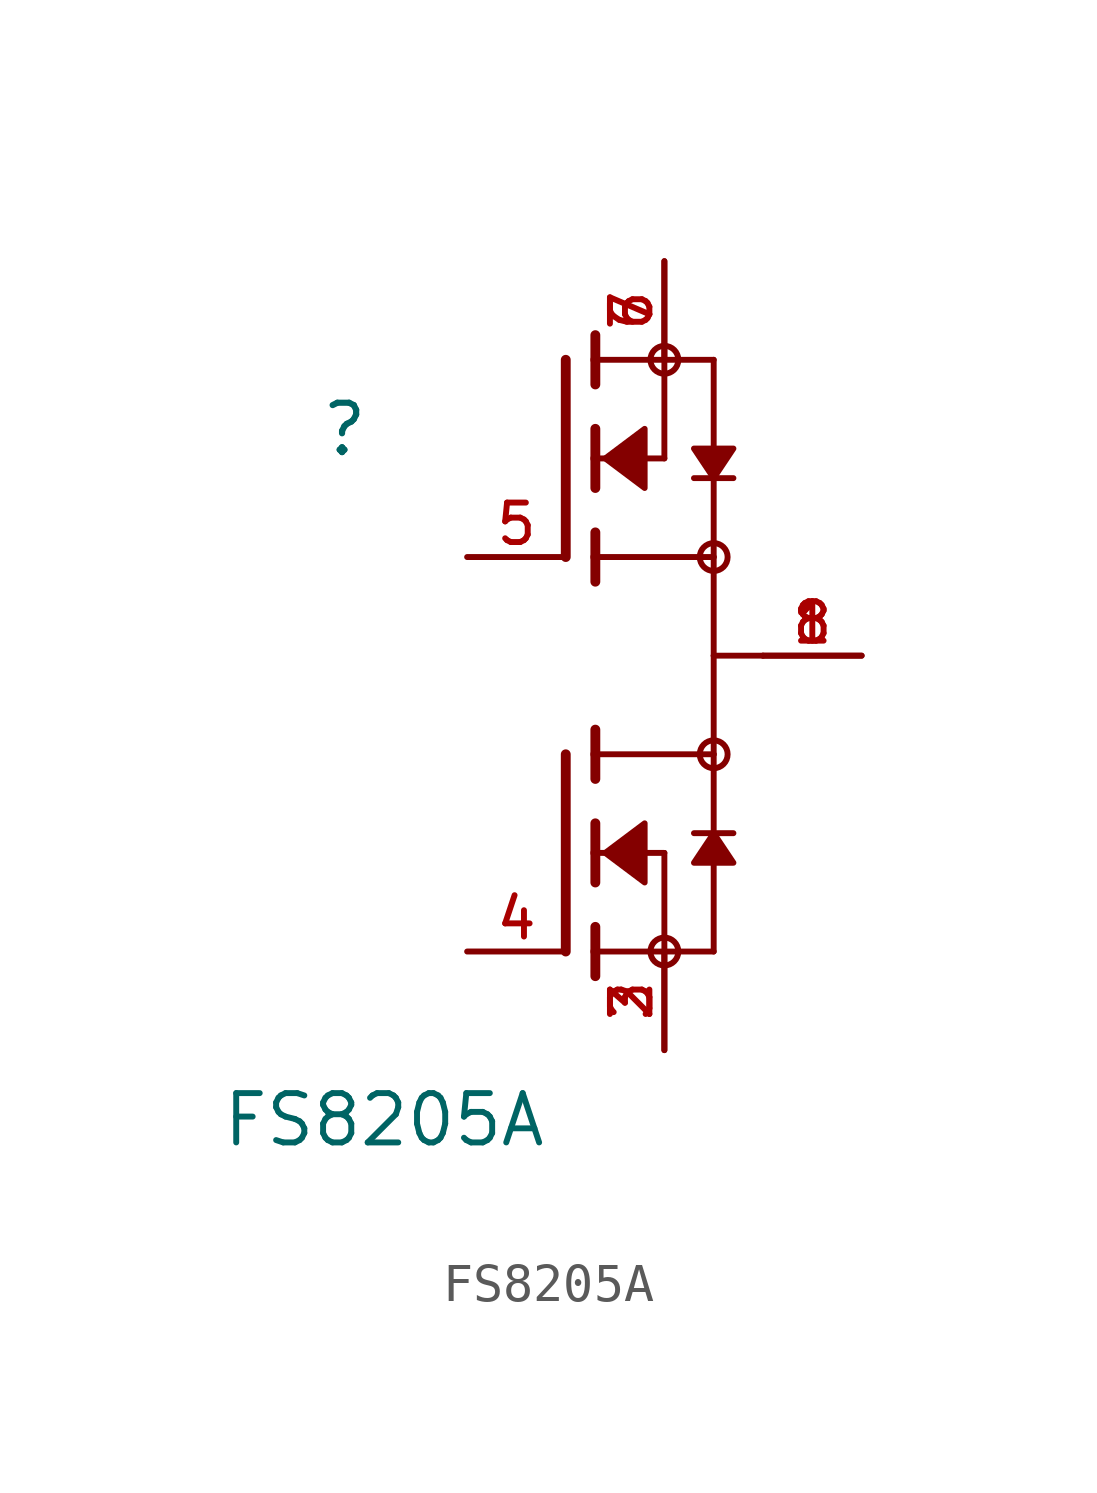
<source format=kicad_sym>
(kicad_symbol_lib
  (version 20231120)
  (generator "kicad_symbol_editor")
  (generator_version "8.0")
  (symbol "FS8205A"
    (pin_names
      (offset 1.016))
    (property "Reference" ""
      (at -8.89 5.08 0)
      (effects (font (size 1.27 1.27) (thickness 0.159)) (justify left bottom)))
    (property "Value" "FS8205A"
      (at -11.43 -12.7 0)
      (effects (font (size 1.27 1.27)) (justify left bottom)))
    (symbol "FS8205A_0_0"
      (circle (center 0 -7.62) (radius 0.359) (stroke (width 0) (type default)) (fill (type none)))
      (polyline (pts (xy -2.54 -2.54) (xy -2.54 -7.62)) (stroke (width 0.254) (type default)) (fill (type none)))
      (polyline (pts (xy -2.54 7.62) (xy -2.54 2.54)) (stroke (width 0.254) (type default)) (fill (type none)))
      (polyline (pts (xy -1.778 -7.62) (xy -1.778 -8.255)) (stroke (width 0.254) (type default)) (fill (type none)))
      (polyline (pts (xy -1.778 -6.985) (xy -1.778 -7.62)) (stroke (width 0.254) (type default)) (fill (type none)))
      (polyline (pts (xy -1.778 -5.08) (xy -1.778 -5.842)) (stroke (width 0.254) (type default)) (fill (type none)))
      (polyline (pts (xy -1.778 -5.08) (xy 0 -5.08)) (stroke (width 0.152) (type default)) (fill (type none)))
      (polyline (pts (xy -1.778 -4.318) (xy -1.778 -5.08)) (stroke (width 0.254) (type default)) (fill (type none)))
      (polyline (pts (xy -1.778 -2.54) (xy -1.778 -3.175)) (stroke (width 0.254) (type default)) (fill (type none)))
      (polyline (pts (xy -1.778 -2.54) (xy 1.27 -2.54)) (stroke (width 0.152) (type default)) (fill (type none)))
      (polyline (pts (xy -1.778 -1.905) (xy -1.778 -2.54)) (stroke (width 0.254) (type default)) (fill (type none)))
      (polyline (pts (xy -1.778 2.54) (xy -1.778 1.905)) (stroke (width 0.254) (type default)) (fill (type none)))
      (polyline (pts (xy -1.778 3.175) (xy -1.778 2.54)) (stroke (width 0.254) (type default)) (fill (type none)))
      (polyline (pts (xy -1.778 5.08) (xy -1.778 4.318)) (stroke (width 0.254) (type default)) (fill (type none)))
      (polyline (pts (xy -1.778 5.08) (xy 0 5.08)) (stroke (width 0.152) (type default)) (fill (type none)))
      (polyline (pts (xy -1.778 5.842) (xy -1.778 5.08)) (stroke (width 0.254) (type default)) (fill (type none)))
      (polyline (pts (xy -1.778 7.62) (xy -1.778 6.985)) (stroke (width 0.254) (type default)) (fill (type none)))
      (polyline (pts (xy -1.778 7.62) (xy 1.27 7.62)) (stroke (width 0.152) (type default)) (fill (type none)))
      (polyline (pts (xy -1.778 8.255) (xy -1.778 7.62)) (stroke (width 0.254) (type default)) (fill (type none)))
      (polyline (pts (xy 0 -7.62) (xy -1.778 -7.62)) (stroke (width 0.152) (type default)) (fill (type none)))
      (polyline (pts (xy 0 -7.62) (xy 1.27 -7.62)) (stroke (width 0.152) (type default)) (fill (type none)))
      (polyline (pts (xy 0 -5.08) (xy 0 -7.62)) (stroke (width 0.152) (type default)) (fill (type none)))
      (polyline (pts (xy 0 7.62) (xy 0 5.08)) (stroke (width 0.152) (type default)) (fill (type none)))
      (polyline (pts (xy 0.762 4.572) (xy 1.27 4.572)) (stroke (width 0.152) (type default)) (fill (type none)))
      (polyline (pts (xy 1.27 -4.572) (xy 0.762 -4.572)) (stroke (width 0.152) (type default)) (fill (type none)))
      (polyline (pts (xy 1.27 -4.572) (xy 1.27 -7.62)) (stroke (width 0.152) (type default)) (fill (type none)))
      (polyline (pts (xy 1.27 -2.54) (xy 1.27 -4.572)) (stroke (width 0.152) (type default)) (fill (type none)))
      (polyline (pts (xy 1.27 -2.54) (xy 1.27 0)) (stroke (width 0.152) (type default)) (fill (type none)))
      (polyline (pts (xy 1.27 0) (xy 1.27 2.54)) (stroke (width 0.152) (type default)) (fill (type none)))
      (polyline (pts (xy 1.27 0) (xy 2.54 0)) (stroke (width 0.152) (type default)) (fill (type none)))
      (polyline (pts (xy 1.27 2.54) (xy -1.778 2.54)) (stroke (width 0.152) (type default)) (fill (type none)))
      (polyline (pts (xy 1.27 2.54) (xy 1.27 4.572)) (stroke (width 0.152) (type default)) (fill (type none)))
      (polyline (pts (xy 1.27 4.572) (xy 1.27 7.62)) (stroke (width 0.152) (type default)) (fill (type none)))
      (polyline (pts (xy 1.27 4.572) (xy 1.778 4.572)) (stroke (width 0.152) (type default)) (fill (type none)))
      (polyline (pts (xy 1.778 -4.572) (xy 1.27 -4.572)) (stroke (width 0.152) (type default)) (fill (type none)))
      (polyline (pts (xy -1.524 -5.08) (xy -0.508 -4.318) (xy -0.508 -5.842) (xy -1.524 -5.08)) (stroke (width 0.152) (type default)) (fill (type outline)))
      (polyline (pts (xy -1.524 5.08) (xy -0.508 5.842) (xy -0.508 4.318) (xy -1.524 5.08)) (stroke (width 0.152) (type default)) (fill (type outline)))
      (polyline (pts (xy 1.27 -4.572) (xy 0.762 -5.334) (xy 1.778 -5.334) (xy 1.27 -4.572)) (stroke (width 0.152) (type default)) (fill (type outline)))
      (polyline (pts (xy 1.27 4.572) (xy 1.778 5.334) (xy 0.762 5.334) (xy 1.27 4.572)) (stroke (width 0.152) (type default)) (fill (type outline)))
      (circle (center 0 7.62) (radius 0.359) (stroke (width 0) (type default)) (fill (type none)))
      (circle (center 1.27 -2.54) (radius 0.359) (stroke (width 0) (type default)) (fill (type none)))
      (circle (center 1.27 2.54) (radius 0.359) (stroke (width 0) (type default)) (fill (type none)))
      (pin passive line (at 5.08 0 180) (length 2.54) (name "~" (effects (font (size 1.016 1.016)))) (number "1" (effects (font (size 1.016 1.016)))))
      (pin passive line (at 0 -10.16 90) (length 2.54) (name "~" (effects (font (size 1.016 1.016)))) (number "2" (effects (font (size 1.016 1.016)))))
      (pin passive line (at 0 -10.16 90) (length 2.54) (name "~" (effects (font (size 1.016 1.016)))) (number "3" (effects (font (size 1.016 1.016)))))
      (pin passive line (at -5.08 -7.62 0) (length 2.54) (name "~" (effects (font (size 1.016 1.016)))) (number "4" (effects (font (size 1.016 1.016)))))
      (pin passive line (at -5.08 2.54 0) (length 2.54) (name "~" (effects (font (size 1.016 1.016)))) (number "5" (effects (font (size 1.016 1.016)))))
      (pin passive line (at 0 10.16 270) (length 2.54) (name "~" (effects (font (size 1.016 1.016)))) (number "6" (effects (font (size 1.016 1.016)))))
      (pin passive line (at 0 10.16 270) (length 2.54) (name "~" (effects (font (size 1.016 1.016)))) (number "7" (effects (font (size 1.016 1.016)))))
      (pin passive line (at 5.08 0 180) (length 2.54) (name "~" (effects (font (size 1.016 1.016)))) (number "8" (effects (font (size 1.016 1.016))))))))
</source>
